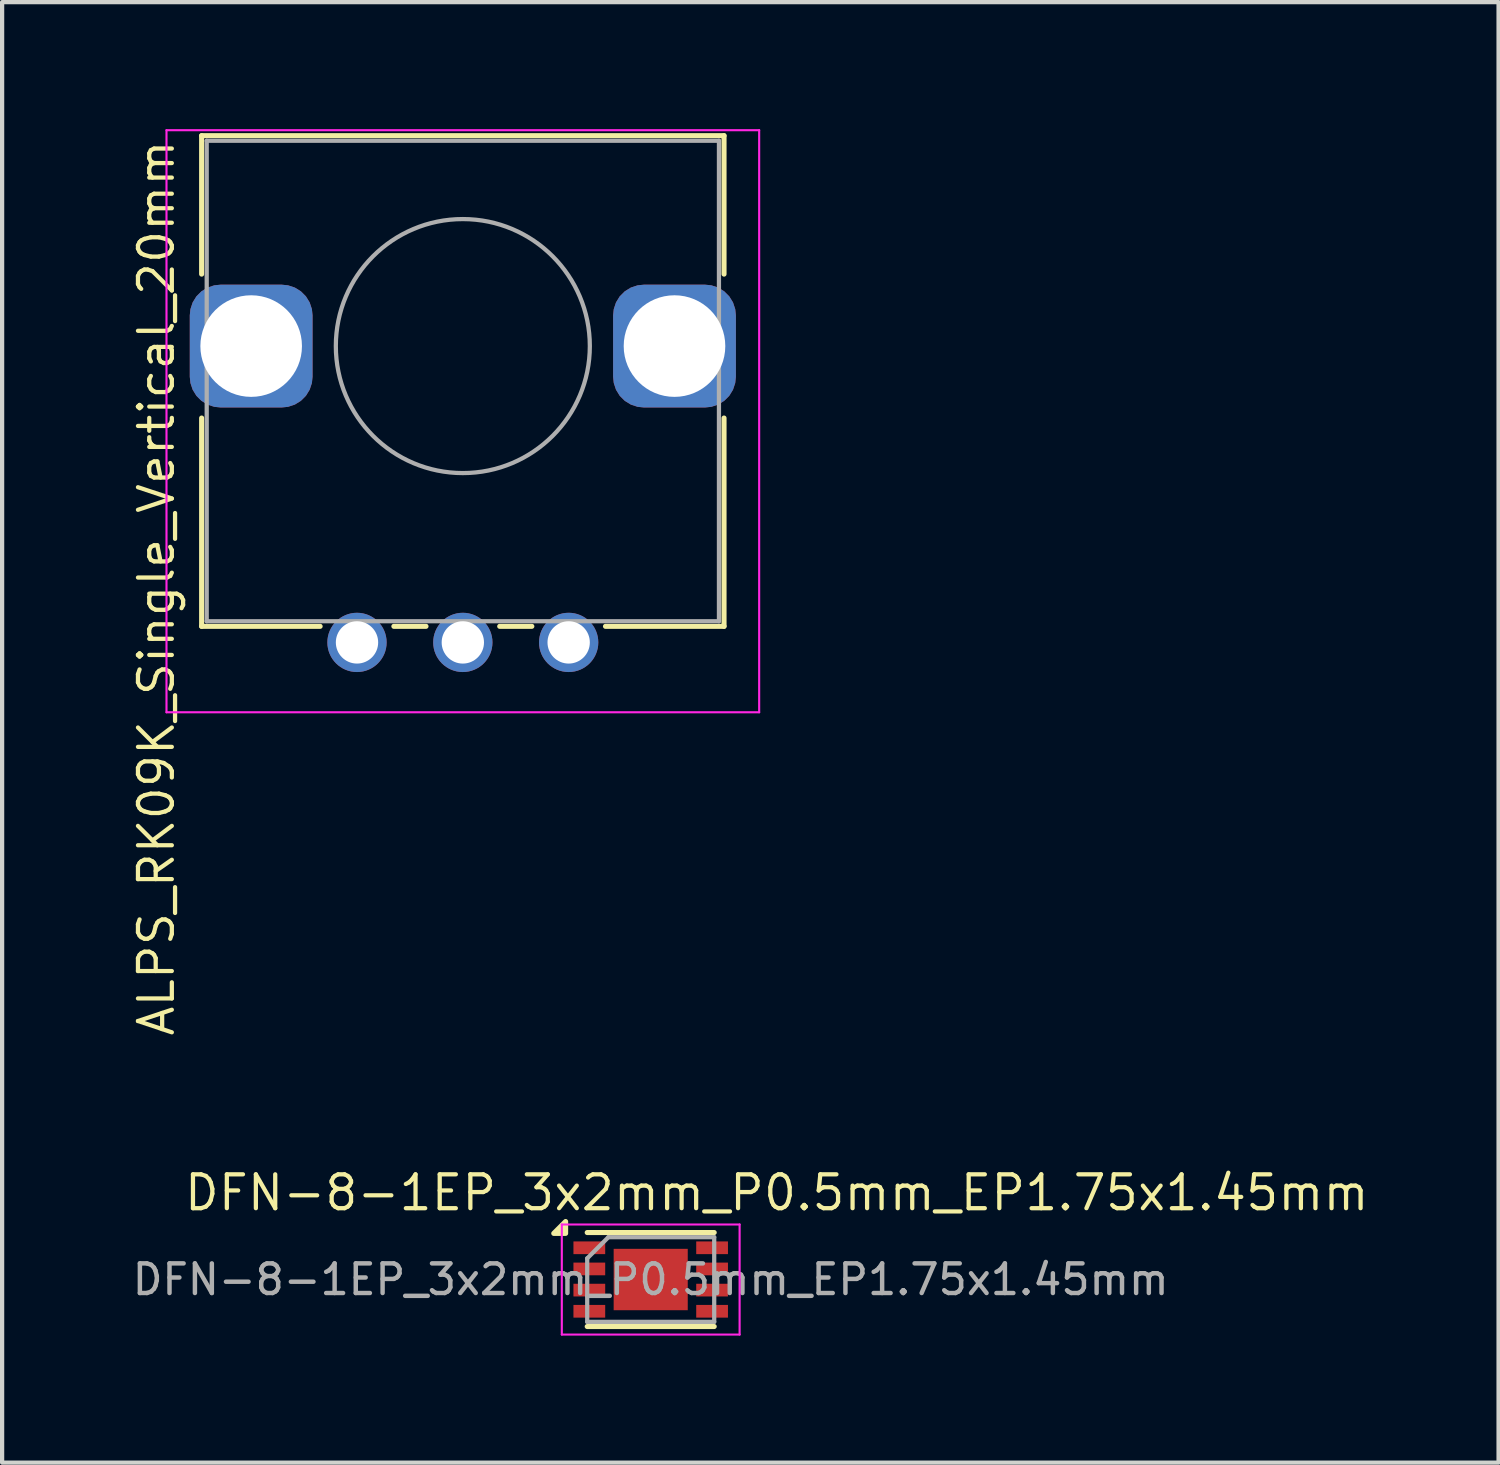
<source format=kicad_pcb>
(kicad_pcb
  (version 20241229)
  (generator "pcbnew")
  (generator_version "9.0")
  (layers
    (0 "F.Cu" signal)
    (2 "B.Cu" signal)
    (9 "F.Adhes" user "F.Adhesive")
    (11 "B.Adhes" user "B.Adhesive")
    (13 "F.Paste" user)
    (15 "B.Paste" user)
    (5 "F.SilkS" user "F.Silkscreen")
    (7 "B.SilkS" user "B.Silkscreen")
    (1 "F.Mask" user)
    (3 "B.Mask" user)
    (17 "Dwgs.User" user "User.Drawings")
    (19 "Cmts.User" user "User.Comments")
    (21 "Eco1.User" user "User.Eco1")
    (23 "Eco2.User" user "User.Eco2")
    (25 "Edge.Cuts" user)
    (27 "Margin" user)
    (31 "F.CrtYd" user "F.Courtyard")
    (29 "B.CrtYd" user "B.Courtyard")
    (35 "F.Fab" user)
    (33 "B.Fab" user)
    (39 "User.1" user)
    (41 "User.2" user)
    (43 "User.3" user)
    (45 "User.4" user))
  (footprint "ALPS_RK09K_Single_Vertical_20mm"
    (layer "F.Cu")
    (at 7.883 5.125)
    (property "Reference" "ALPS_RK09K_Single_Vertical_20mm" (at -7.239 5.715 90) (layer "F.SilkS") (effects (font (size 0.8 0.8) (thickness 0.1))))
    (attr through_hole)
    (fp_line (start -6.17 -4.97) (end 6.17 -4.97) (stroke (width 0.12) (type solid)) (layer "F.SilkS"))
    (fp_line (start -6.17 -1.7) (end -6.17 -4.97) (stroke (width 0.12) (type solid)) (layer "F.SilkS"))
    (fp_line (start -6.17 6.62) (end -6.17 1.7) (stroke (width 0.12) (type solid)) (layer "F.SilkS"))
    (fp_line (start -6.17 6.62) (end -3.371 6.62) (stroke (width 0.12) (type solid)) (layer "F.SilkS"))
    (fp_line (start -1.629 6.62) (end -0.87 6.62) (stroke (width 0.12) (type solid)) (layer "F.SilkS"))
    (fp_line (start 0.871 6.62) (end 1.63 6.62) (stroke (width 0.12) (type solid)) (layer "F.SilkS"))
    (fp_line (start 3.37 6.62) (end 6.17 6.62) (stroke (width 0.12) (type solid)) (layer "F.SilkS"))
    (fp_line (start 6.17 -1.7) (end 6.17 -4.97) (stroke (width 0.12) (type solid)) (layer "F.SilkS"))
    (fp_line (start 6.17 6.62) (end 6.17 1.7) (stroke (width 0.12) (type solid)) (layer "F.SilkS"))
    (fp_line (start -7 -5.1) (end -7 8.65) (stroke (width 0.05) (type solid)) (layer "F.CrtYd"))
    (fp_line (start -7 8.65) (end 7 8.65) (stroke (width 0.05) (type solid)) (layer "F.CrtYd"))
    (fp_line (start 7 -5.1) (end -7 -5.1) (stroke (width 0.05) (type solid)) (layer "F.CrtYd"))
    (fp_line (start 7 8.65) (end 7 -5.1) (stroke (width 0.05) (type solid)) (layer "F.CrtYd"))
    (fp_line (start -6.05 -4.85) (end -6.05 6.5) (stroke (width 0.1) (type solid)) (layer "F.Fab"))
    (fp_line (start -6.05 6.5) (end 6.05 6.5) (stroke (width 0.1) (type solid)) (layer "F.Fab"))
    (fp_line (start 6.05 -4.85) (end -6.05 -4.85) (stroke (width 0.1) (type solid)) (layer "F.Fab"))
    (fp_line (start 6.05 6.5) (end 6.05 -4.85) (stroke (width 0.1) (type solid)) (layer "F.Fab"))
    (fp_circle (center 0 0) (end 0 -3) (stroke (width 0.1) (type solid)) (fill no) (layer "F.Fab"))
    (pad "1" thru_hole circle (at -2.5 7 90) (size 1.4 1.4) (drill 1) (layers "*.Cu" "*.Mask"))
    (pad "2" thru_hole circle (at 0 7 90) (size 1.4 1.4) (drill 1) (layers "*.Cu" "*.Mask"))
    (pad "3" thru_hole circle (at 2.5 7 90) (size 1.4 1.4) (drill 1) (layers "*.Cu" "*.Mask"))
    (pad "MP" thru_hole roundrect (at -5 0 90) (size 2.9 2.9) (drill 2.4) (layers "*.Cu" "*.Mask") (roundrect_rratio 0.25))
    (pad "MP" thru_hole roundrect (at 5 0 90) (size 2.9 2.9) (drill 2.4) (layers "*.Cu" "*.Mask") (roundrect_rratio 0.25)))
  (footprint "DFN-8-1EP_3x2mm_P0.5mm_EP1.75x1.45mm"
    (layer "F.Cu")
    (at 12.321 27.175)
    (property "Reference" "DFN-8-1EP_3x2mm_P0.5mm_EP1.75x1.45mm" (at 2.978 -2.05 0) (layer "F.SilkS") (effects (font (size 0.8 0.8) (thickness 0.1))))
    (attr smd)
    (fp_line (start -1.5 -1.11) (end 1.5 -1.11) (stroke (width 0.12) (type solid)) (layer "F.SilkS"))
    (fp_line (start -1.5 1.11) (end 1.5 1.11) (stroke (width 0.12) (type solid)) (layer "F.SilkS"))
    (fp_poly (pts (xy -2.01 -1.09) (xy -2.29 -1.09) (xy -2.01 -1.37) (xy -2.01 -1.09)) (stroke (width 0.12) (type solid)) (fill yes) (layer "F.SilkS"))
    (fp_line (start -2.1 -1.3) (end -2.1 1.3) (stroke (width 0.05) (type solid)) (layer "F.CrtYd"))
    (fp_line (start -2.1 -1.3) (end 2.1 -1.3) (stroke (width 0.05) (type solid)) (layer "F.CrtYd"))
    (fp_line (start -2.1 1.3) (end 2.1 1.3) (stroke (width 0.05) (type solid)) (layer "F.CrtYd"))
    (fp_line (start 2.1 -1.3) (end 2.1 1.3) (stroke (width 0.05) (type solid)) (layer "F.CrtYd"))
    (fp_line (start -1.5 -0.5) (end -1 -1) (stroke (width 0.1) (type solid)) (layer "F.Fab"))
    (fp_line (start -1.5 1) (end -1.5 -0.5) (stroke (width 0.1) (type solid)) (layer "F.Fab"))
    (fp_line (start -1 -1) (end 1.5 -1) (stroke (width 0.1) (type solid)) (layer "F.Fab"))
    (fp_line (start 1.5 -1) (end 1.5 1) (stroke (width 0.1) (type solid)) (layer "F.Fab"))
    (fp_line (start 1.5 1) (end -1.5 1) (stroke (width 0.1) (type solid)) (layer "F.Fab"))
    (fp_text user "${REFERENCE}" (at 0 0 0) (layer "F.Fab") (effects (font (size 0.7 0.7) (thickness 0.105))))
    (pad "" smd rect (at -0.438 -0.362) (size 0.71 0.58) (layers "F.Paste"))
    (pad "" smd rect (at -0.438 0.362) (size 0.71 0.58) (layers "F.Paste"))
    (pad "" smd rect (at 0.438 -0.362) (size 0.71 0.58) (layers "F.Paste"))
    (pad "" smd rect (at 0.438 0.362) (size 0.71 0.58) (layers "F.Paste"))
    (pad "1" smd rect (at -1.45 -0.75) (size 0.75 0.3) (layers "F.Cu" "F.Mask" "F.Paste"))
    (pad "2" smd rect (at -1.45 -0.25) (size 0.75 0.3) (layers "F.Cu" "F.Mask" "F.Paste"))
    (pad "3" smd rect (at -1.45 0.25) (size 0.75 0.3) (layers "F.Cu" "F.Mask" "F.Paste"))
    (pad "4" smd rect (at -1.45 0.75) (size 0.75 0.3) (layers "F.Cu" "F.Mask" "F.Paste"))
    (pad "5" smd rect (at 1.45 0.75) (size 0.75 0.3) (layers "F.Cu" "F.Mask" "F.Paste"))
    (pad "6" smd rect (at 1.45 0.25) (size 0.75 0.3) (layers "F.Cu" "F.Mask" "F.Paste"))
    (pad "7" smd rect (at 1.45 -0.25) (size 0.75 0.3) (layers "F.Cu" "F.Mask" "F.Paste"))
    (pad "8" smd rect (at 1.45 -0.75) (size 0.75 0.3) (layers "F.Cu" "F.Mask" "F.Paste"))
    (pad "9" smd rect (at 0 0) (size 1.75 1.45) (layers "F.Cu" "F.Mask")))
  (gr_rect
    (start -3 -3)
    (end 32.349 31.5)
    (stroke (width 0.1) (type default))
    (fill no)
    (layer "Edge.Cuts")))
</source>
